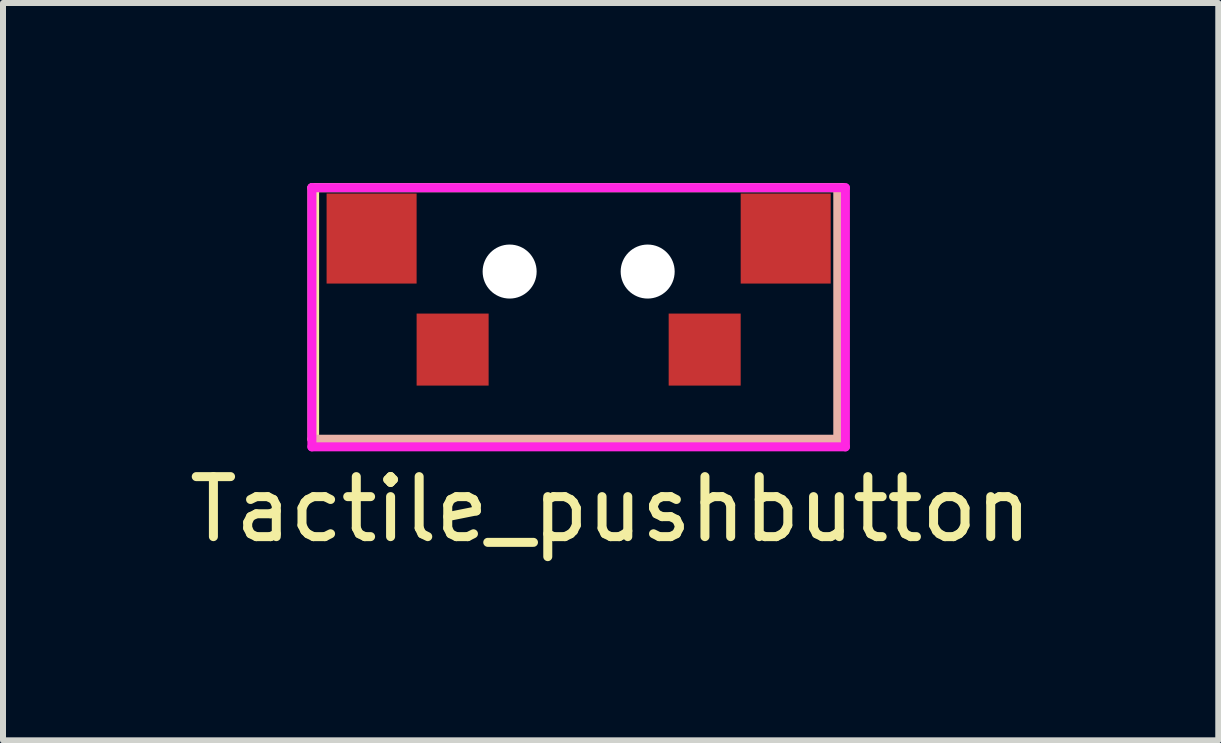
<source format=kicad_pcb>
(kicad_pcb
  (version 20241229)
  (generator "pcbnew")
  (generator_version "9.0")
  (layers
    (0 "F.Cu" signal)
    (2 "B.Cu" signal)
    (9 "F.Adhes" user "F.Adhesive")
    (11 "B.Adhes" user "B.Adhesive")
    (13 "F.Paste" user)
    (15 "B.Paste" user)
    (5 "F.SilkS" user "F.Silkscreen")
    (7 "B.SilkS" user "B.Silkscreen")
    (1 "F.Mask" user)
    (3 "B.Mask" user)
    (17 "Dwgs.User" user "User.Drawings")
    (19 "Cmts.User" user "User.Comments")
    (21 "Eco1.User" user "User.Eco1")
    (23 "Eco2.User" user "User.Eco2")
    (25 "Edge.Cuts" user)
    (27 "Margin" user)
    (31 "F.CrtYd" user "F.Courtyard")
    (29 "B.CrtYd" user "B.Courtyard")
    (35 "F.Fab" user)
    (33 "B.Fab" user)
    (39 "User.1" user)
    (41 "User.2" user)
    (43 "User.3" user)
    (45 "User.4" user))
  (footprint "Tactile_pushbutton"
    (layer "F.Cu")
    (at 6.592 1.475)
    (property "Reference" "Tactile_pushbutton" (at 0.533 3.962 0) (layer "F.SilkS") (effects (font (size 1 1) (thickness 0.15))))
    (attr through_hole)
    (fp_line (start -4.4 -1.4) (end 4.4 -1.4) (stroke (width 0.15) (type solid)) (layer "F.SilkS"))
    (fp_line (start -4.4 2.8) (end -4.4 -1.4) (stroke (width 0.15) (type solid)) (layer "F.SilkS"))
    (fp_line (start 4.4 -1.4) (end 4.4 2.8) (stroke (width 0.15) (type solid)) (layer "F.SilkS"))
    (fp_line (start 4.4 2.8) (end -4.4 2.8) (stroke (width 0.15) (type solid)) (layer "F.SilkS"))
    (fp_line (start -4.445 -1.397) (end 4.318 -1.397) (stroke (width 0.15) (type solid)) (layer "B.SilkS"))
    (fp_line (start -4.445 2.794) (end -4.445 -1.397) (stroke (width 0.15) (type solid)) (layer "B.SilkS"))
    (fp_line (start 4.318 -1.397) (end 4.318 2.794) (stroke (width 0.15) (type solid)) (layer "B.SilkS"))
    (fp_line (start 4.318 2.794) (end -4.445 2.794) (stroke (width 0.15) (type solid)) (layer "B.SilkS"))
    (fp_line (start -4.445 -1.397) (end 4.445 -1.397) (stroke (width 0.15) (type solid)) (layer "F.CrtYd"))
    (fp_line (start -4.445 2.921) (end -4.445 -1.397) (stroke (width 0.15) (type solid)) (layer "F.CrtYd"))
    (fp_line (start 4.445 -1.397) (end 4.445 2.921) (stroke (width 0.15) (type solid)) (layer "F.CrtYd"))
    (fp_line (start 4.445 2.921) (end -4.445 2.921) (stroke (width 0.15) (type solid)) (layer "F.CrtYd"))
    (pad "" smd rect (at -3.45 -0.55) (size 1.5 1.5) (layers "F.Cu" "F.Mask" "F.Paste"))
    (pad "" np_thru_hole circle (at -1.15 0) (size 0.9 0.9) (drill 0.9) (layers "*.Cu" "*.Mask"))
    (pad "" np_thru_hole circle (at 1.15 0) (size 0.9 0.9) (drill 0.9) (layers "*.Cu" "*.Mask"))
    (pad "" smd rect (at 3.45 -0.55) (size 1.5 1.5) (layers "F.Cu" "F.Mask" "F.Paste"))
    (pad "1" smd rect (at -2.1 1.3) (size 1.2 1.2) (layers "F.Cu" "F.Mask" "F.Paste"))
    (pad "2" smd rect (at 2.1 1.3) (size 1.2 1.2) (layers "F.Cu" "F.Mask" "F.Paste")))
  (gr_rect
    (start -3 -3)
    (end 17.25 9.286)
    (stroke (width 0.1) (type default))
    (fill no)
    (layer "Edge.Cuts")))
</source>
